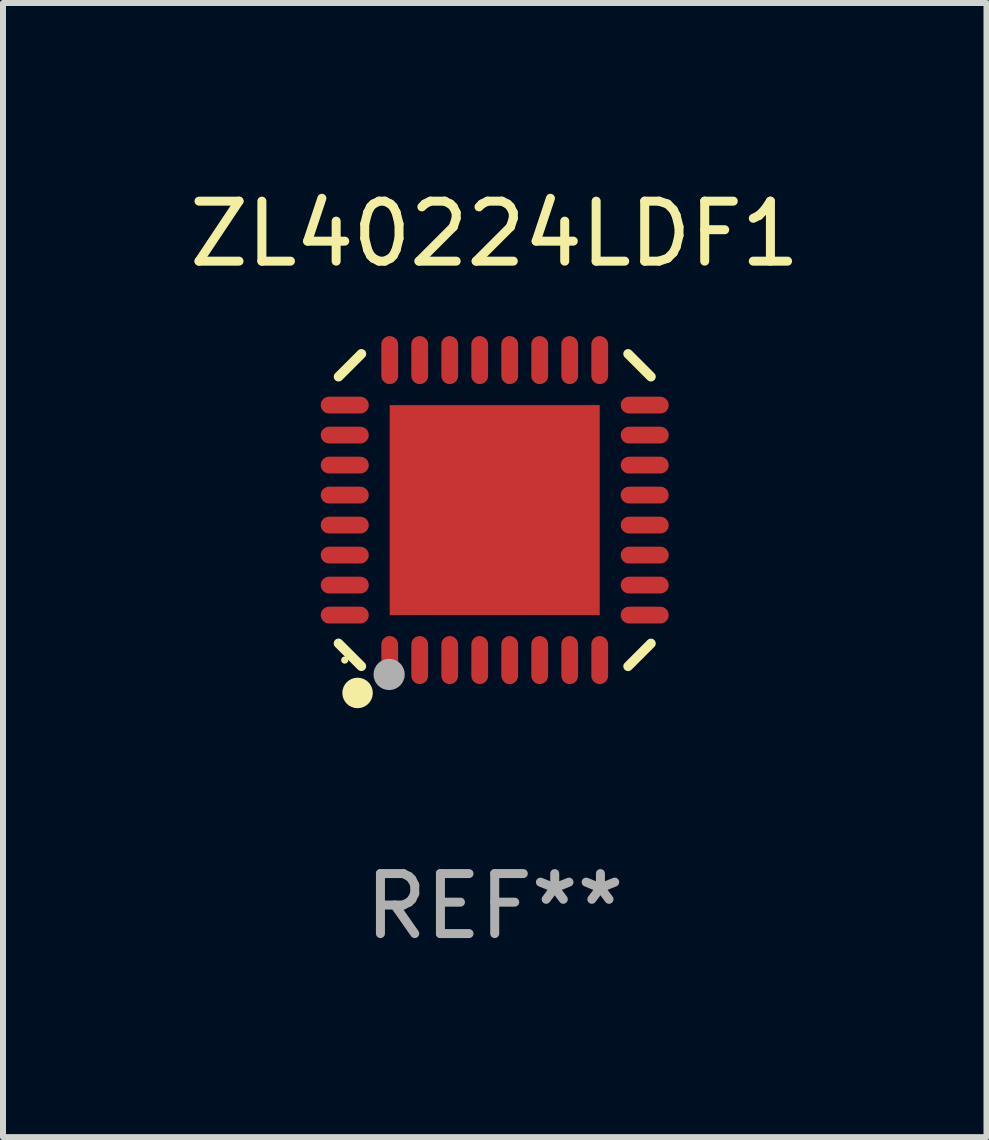
<source format=kicad_pcb>
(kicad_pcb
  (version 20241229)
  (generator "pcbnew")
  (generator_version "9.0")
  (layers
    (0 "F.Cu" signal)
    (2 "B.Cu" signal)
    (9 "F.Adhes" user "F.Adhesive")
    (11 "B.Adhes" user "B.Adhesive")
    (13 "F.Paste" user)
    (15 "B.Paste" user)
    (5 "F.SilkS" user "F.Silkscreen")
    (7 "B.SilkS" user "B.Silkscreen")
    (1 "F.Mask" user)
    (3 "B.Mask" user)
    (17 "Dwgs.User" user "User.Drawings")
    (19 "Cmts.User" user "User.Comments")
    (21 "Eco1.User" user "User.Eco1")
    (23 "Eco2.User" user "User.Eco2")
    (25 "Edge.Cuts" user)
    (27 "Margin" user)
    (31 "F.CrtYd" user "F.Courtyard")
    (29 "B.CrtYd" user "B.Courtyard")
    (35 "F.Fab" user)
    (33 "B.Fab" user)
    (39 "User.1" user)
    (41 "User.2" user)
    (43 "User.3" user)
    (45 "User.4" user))
  (footprint "ZL40224LDF1"
    (layer "F.Cu")
    (at 5.196 5.452)
    (property "Reference" "ZL40224LDF1" (at 0 -4.604 0) (layer "F.SilkS") (effects (font (size 1 1) (thickness 0.15))))
    (attr through_hole)
    (fp_line (start -2.223 2.603) (end -2.604 2.222) (stroke (width 0.16) (type solid)) (layer "F.SilkS"))
    (fp_line (start -2.222 -2.604) (end -2.603 -2.223) (stroke (width 0.16) (type solid)) (layer "F.SilkS"))
    (fp_line (start 2.223 -2.604) (end 2.604 -2.223) (stroke (width 0.16) (type solid)) (layer "F.SilkS"))
    (fp_line (start 2.604 2.223) (end 2.223 2.604) (stroke (width 0.16) (type solid)) (layer "F.SilkS"))
    (fp_circle (center -2.5 2.5) (end -2.47 2.5) (stroke (width 0.06) (type solid)) (fill no) (layer "F.SilkS"))
    (fp_circle (center -2.286 3.048) (end -2.159 3.048) (stroke (width 0.254) (type solid)) (fill no) (layer "F.SilkS"))
    (fp_circle (center -1.76 2.74) (end -1.63 2.74) (stroke (width 0.26) (type solid)) (fill no) (layer "F.Fab"))
    (fp_text user "REF**" (at 0 6.604 0) (layer "F.Fab") (effects (font (size 1 1) (thickness 0.15))))
    (pad "1" smd oval (at -1.75 2.5) (size 0.28 0.8) (layers "F.Cu" "F.Mask" "F.Paste"))
    (pad "2" smd oval (at -1.25 2.5) (size 0.28 0.8) (layers "F.Cu" "F.Mask" "F.Paste"))
    (pad "3" smd oval (at -0.75 2.5) (size 0.28 0.8) (layers "F.Cu" "F.Mask" "F.Paste"))
    (pad "4" smd oval (at -0.25 2.5) (size 0.28 0.8) (layers "F.Cu" "F.Mask" "F.Paste"))
    (pad "5" smd oval (at 0.25 2.5) (size 0.28 0.8) (layers "F.Cu" "F.Mask" "F.Paste"))
    (pad "6" smd oval (at 0.75 2.5) (size 0.28 0.8) (layers "F.Cu" "F.Mask" "F.Paste"))
    (pad "7" smd oval (at 1.25 2.5) (size 0.28 0.8) (layers "F.Cu" "F.Mask" "F.Paste"))
    (pad "8" smd oval (at 1.75 2.5) (size 0.28 0.8) (layers "F.Cu" "F.Mask" "F.Paste"))
    (pad "9" smd oval (at 2.5 1.75) (size 0.8 0.28) (layers "F.Cu" "F.Mask" "F.Paste"))
    (pad "10" smd oval (at 2.5 1.25) (size 0.8 0.28) (layers "F.Cu" "F.Mask" "F.Paste"))
    (pad "11" smd oval (at 2.5 0.75) (size 0.8 0.28) (layers "F.Cu" "F.Mask" "F.Paste"))
    (pad "12" smd oval (at 2.5 0.25) (size 0.8 0.28) (layers "F.Cu" "F.Mask" "F.Paste"))
    (pad "13" smd oval (at 2.5 -0.25) (size 0.8 0.28) (layers "F.Cu" "F.Mask" "F.Paste"))
    (pad "14" smd oval (at 2.5 -0.75) (size 0.8 0.28) (layers "F.Cu" "F.Mask" "F.Paste"))
    (pad "15" smd oval (at 2.5 -1.25) (size 0.8 0.28) (layers "F.Cu" "F.Mask" "F.Paste"))
    (pad "16" smd oval (at 2.5 -1.75) (size 0.8 0.28) (layers "F.Cu" "F.Mask" "F.Paste"))
    (pad "17" smd oval (at 1.75 -2.5) (size 0.28 0.8) (layers "F.Cu" "F.Mask" "F.Paste"))
    (pad "18" smd oval (at 1.25 -2.5) (size 0.28 0.8) (layers "F.Cu" "F.Mask" "F.Paste"))
    (pad "19" smd oval (at 0.75 -2.5) (size 0.28 0.8) (layers "F.Cu" "F.Mask" "F.Paste"))
    (pad "20" smd oval (at 0.25 -2.5) (size 0.28 0.8) (layers "F.Cu" "F.Mask" "F.Paste"))
    (pad "21" smd oval (at -0.25 -2.5) (size 0.28 0.8) (layers "F.Cu" "F.Mask" "F.Paste"))
    (pad "22" smd oval (at -0.75 -2.5) (size 0.28 0.8) (layers "F.Cu" "F.Mask" "F.Paste"))
    (pad "23" smd oval (at -1.25 -2.5) (size 0.28 0.8) (layers "F.Cu" "F.Mask" "F.Paste"))
    (pad "24" smd oval (at -1.75 -2.5) (size 0.28 0.8) (layers "F.Cu" "F.Mask" "F.Paste"))
    (pad "25" smd oval (at -2.5 -1.75) (size 0.8 0.28) (layers "F.Cu" "F.Mask" "F.Paste"))
    (pad "26" smd oval (at -2.5 -1.25) (size 0.8 0.28) (layers "F.Cu" "F.Mask" "F.Paste"))
    (pad "27" smd oval (at -2.5 -0.75) (size 0.8 0.28) (layers "F.Cu" "F.Mask" "F.Paste"))
    (pad "28" smd oval (at -2.5 -0.25) (size 0.8 0.28) (layers "F.Cu" "F.Mask" "F.Paste"))
    (pad "29" smd oval (at -2.5 0.25) (size 0.8 0.28) (layers "F.Cu" "F.Mask" "F.Paste"))
    (pad "30" smd oval (at -2.5 0.75) (size 0.8 0.28) (layers "F.Cu" "F.Mask" "F.Paste"))
    (pad "31" smd oval (at -2.5 1.25) (size 0.8 0.28) (layers "F.Cu" "F.Mask" "F.Paste"))
    (pad "32" smd oval (at -2.5 1.75) (size 0.8 0.28) (layers "F.Cu" "F.Mask" "F.Paste"))
    (pad "33" smd rect (at 0.000038 -0.000025) (size 3.5 3.5) (layers "F.Cu" "F.Mask" "F.Paste")))
  (gr_rect
    (start -3 -3)
    (end 13.393 15.904)
    (stroke (width 0.1) (type default))
    (fill no)
    (layer "Edge.Cuts")))
</source>
